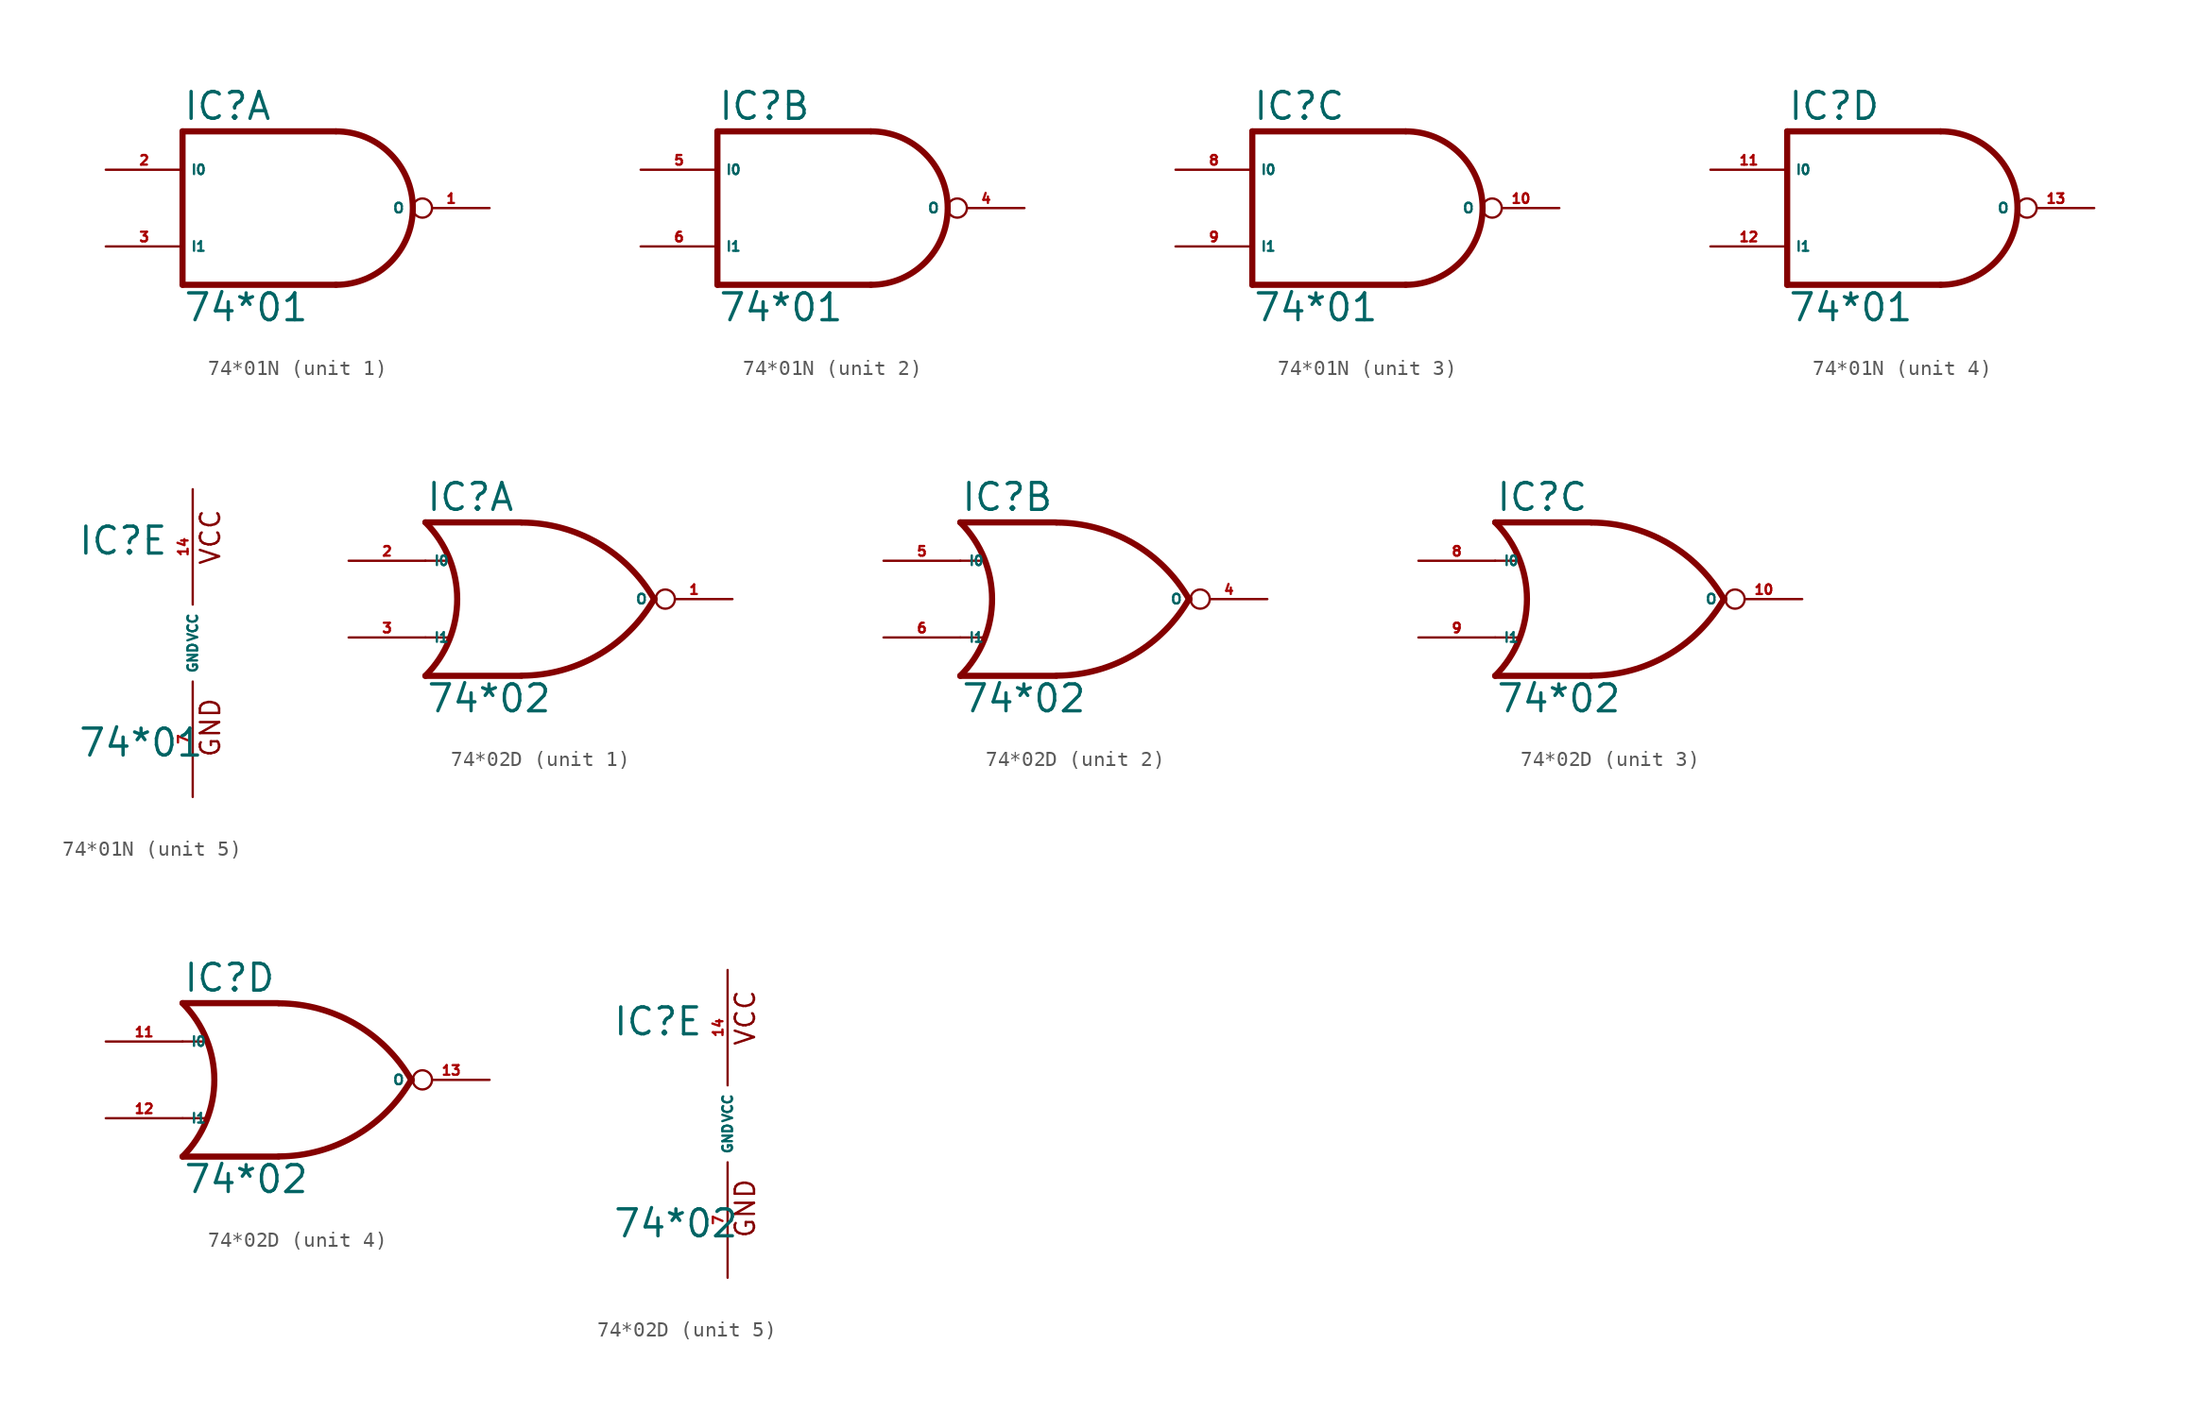
<source format=kicad_sym>
(kicad_symbol_lib
  (version 20220914)
  (generator Eagle2Kicad)
  (symbol "74*01N"
    (property "Reference" "IC"
      (at -7.62 5.715 0)
      (effects (font (size 1.778 1.778) (thickness 0.22)) (justify left bottom)))
    (property "Value" "74*01"
      (at -7.62 -7.62 0)
      (effects (font (size 1.778 1.778) (thickness 0.22)) (justify left bottom)))
    (symbol "74*01N_1_0"
      (polyline (pts (xy -7.62 5.08) (xy -7.62 -5.08)) (stroke (width 0.406) (type default)) (fill (type none)))
      (polyline (pts (xy -7.62 -5.08) (xy 2.54 -5.08)) (stroke (width 0.406) (type default)) (fill (type none)))
      (arc (start 2.54 -5.08) (mid 7.620 0.000) (end 2.54 5.08) (stroke (width 0.4064) (type default)) (fill (type none)))
      (polyline (pts (xy 2.54 5.08) (xy -7.62 5.08)) (stroke (width 0.406) (type default)) (fill (type none)))
      (pin open_collector inverted (at 12.7 0 180) (length 5.08) (name "O" (effects (font (size 0.635 0.635) (thickness 0.08)) (justify left bottom))) (number "1" (effects (font (size 0.635 0.635) (thickness 0.08)) (justify left bottom))))
      (pin input line (at -12.7 2.54 0) (length 5.08) (name "I0" (effects (font (size 0.635 0.635) (thickness 0.08)) (justify left bottom))) (number "2" (effects (font (size 0.635 0.635) (thickness 0.08)) (justify left bottom))))
      (pin input line (at -12.7 -2.54 0) (length 5.08) (name "I1" (effects (font (size 0.635 0.635) (thickness 0.08)) (justify left bottom))) (number "3" (effects (font (size 0.635 0.635) (thickness 0.08)) (justify left bottom)))))
    (symbol "74*01N_2_0"
      (polyline (pts (xy -7.62 5.08) (xy -7.62 -5.08)) (stroke (width 0.406) (type default)) (fill (type none)))
      (polyline (pts (xy -7.62 -5.08) (xy 2.54 -5.08)) (stroke (width 0.406) (type default)) (fill (type none)))
      (arc (start 2.54 -5.08) (mid 7.620 0.000) (end 2.54 5.08) (stroke (width 0.4064) (type default)) (fill (type none)))
      (polyline (pts (xy 2.54 5.08) (xy -7.62 5.08)) (stroke (width 0.406) (type default)) (fill (type none)))
      (pin open_collector inverted (at 12.7 0 180) (length 5.08) (name "O" (effects (font (size 0.635 0.635) (thickness 0.08)) (justify left bottom))) (number "4" (effects (font (size 0.635 0.635) (thickness 0.08)) (justify left bottom))))
      (pin input line (at -12.7 2.54 0) (length 5.08) (name "I0" (effects (font (size 0.635 0.635) (thickness 0.08)) (justify left bottom))) (number "5" (effects (font (size 0.635 0.635) (thickness 0.08)) (justify left bottom))))
      (pin input line (at -12.7 -2.54 0) (length 5.08) (name "I1" (effects (font (size 0.635 0.635) (thickness 0.08)) (justify left bottom))) (number "6" (effects (font (size 0.635 0.635) (thickness 0.08)) (justify left bottom)))))
    (symbol "74*01N_3_0"
      (polyline (pts (xy -7.62 5.08) (xy -7.62 -5.08)) (stroke (width 0.406) (type default)) (fill (type none)))
      (polyline (pts (xy -7.62 -5.08) (xy 2.54 -5.08)) (stroke (width 0.406) (type default)) (fill (type none)))
      (arc (start 2.54 -5.08) (mid 7.620 0.000) (end 2.54 5.08) (stroke (width 0.4064) (type default)) (fill (type none)))
      (polyline (pts (xy 2.54 5.08) (xy -7.62 5.08)) (stroke (width 0.406) (type default)) (fill (type none)))
      (pin open_collector inverted (at 12.7 0 180) (length 5.08) (name "O" (effects (font (size 0.635 0.635) (thickness 0.08)) (justify left bottom))) (number "10" (effects (font (size 0.635 0.635) (thickness 0.08)) (justify left bottom))))
      (pin input line (at -12.7 2.54 0) (length 5.08) (name "I0" (effects (font (size 0.635 0.635) (thickness 0.08)) (justify left bottom))) (number "8" (effects (font (size 0.635 0.635) (thickness 0.08)) (justify left bottom))))
      (pin input line (at -12.7 -2.54 0) (length 5.08) (name "I1" (effects (font (size 0.635 0.635) (thickness 0.08)) (justify left bottom))) (number "9" (effects (font (size 0.635 0.635) (thickness 0.08)) (justify left bottom)))))
    (symbol "74*01N_4_0"
      (polyline (pts (xy -7.62 5.08) (xy -7.62 -5.08)) (stroke (width 0.406) (type default)) (fill (type none)))
      (polyline (pts (xy -7.62 -5.08) (xy 2.54 -5.08)) (stroke (width 0.406) (type default)) (fill (type none)))
      (arc (start 2.54 -5.08) (mid 7.620 0.000) (end 2.54 5.08) (stroke (width 0.4064) (type default)) (fill (type none)))
      (polyline (pts (xy 2.54 5.08) (xy -7.62 5.08)) (stroke (width 0.406) (type default)) (fill (type none)))
      (pin open_collector inverted (at 12.7 0 180) (length 5.08) (name "O" (effects (font (size 0.635 0.635) (thickness 0.08)) (justify left bottom))) (number "13" (effects (font (size 0.635 0.635) (thickness 0.08)) (justify left bottom))))
      (pin input line (at -12.7 2.54 0) (length 5.08) (name "I0" (effects (font (size 0.635 0.635) (thickness 0.08)) (justify left bottom))) (number "11" (effects (font (size 0.635 0.635) (thickness 0.08)) (justify left bottom))))
      (pin input line (at -12.7 -2.54 0) (length 5.08) (name "I1" (effects (font (size 0.635 0.635) (thickness 0.08)) (justify left bottom))) (number "12" (effects (font (size 0.635 0.635) (thickness 0.08)) (justify left bottom)))))
    (symbol "74*01N_5_0"
      (text "GND" (at 1.905 -7.62 900) (effects (font (size 1.27 1.27) (thickness 0.16)) (justify left bottom)))
      (text "VCC" (at 1.905 5.08 900) (effects (font (size 1.27 1.27) (thickness 0.16)) (justify left bottom)))
      (pin unspecified line (at 0 -10.16 90) (length 7.62) (name "GND" (effects (font (size 0.635 0.635) (thickness 0.08)) (justify left bottom))) (number "7" (effects (font (size 0.635 0.635) (thickness 0.08)) (justify left bottom))))
      (pin unspecified line (at 0 10.16 270) (length 7.62) (name "VCC" (effects (font (size 0.635 0.635) (thickness 0.08)) (justify left bottom))) (number "14" (effects (font (size 0.635 0.635) (thickness 0.08)) (justify left bottom))))))
  (symbol "74*02D"
    (property "Reference" "IC"
      (at -7.62 5.715 0)
      (effects (font (size 1.778 1.778) (thickness 0.22)) (justify left bottom)))
    (property "Value" "74*02"
      (at -7.62 -7.62 0)
      (effects (font (size 1.778 1.778) (thickness 0.22)) (justify left bottom)))
    (symbol "74*02D_1_0"
      (polyline (pts (xy -1.27 5.08) (xy -7.62 5.08)) (stroke (width 0.406) (type default)) (fill (type none)))
      (polyline (pts (xy -1.27 -5.08) (xy -7.62 -5.08)) (stroke (width 0.406) (type default)) (fill (type none)))
      (polyline (pts (xy -7.62 2.54) (xy -6.096 2.54)) (stroke (width 0.152) (type default)) (fill (type none)))
      (polyline (pts (xy -7.62 -2.54) (xy -6.096 -2.54)) (stroke (width 0.152) (type default)) (fill (type none)))
      (arc (start -1.2446 -5.0678) (mid 3.837 -3.689) (end 7.5439 0.0507) (stroke (width 0.4064) (type default)) (fill (type none)))
      (arc (start 7.5442 -0.0505) (mid 3.837 3.689) (end -1.2446 5.0678) (stroke (width 0.4064) (type default)) (fill (type none)))
      (arc (start -7.62 -5.08) (mid -5.516 0.000) (end -7.62 5.08) (stroke (width 0.4064) (type default)) (fill (type none)))
      (pin output inverted (at 12.7 0 180) (length 5.08) (name "O" (effects (font (size 0.635 0.635) (thickness 0.08)) (justify left bottom))) (number "1" (effects (font (size 0.635 0.635) (thickness 0.08)) (justify left bottom))))
      (pin input line (at -12.7 2.54 0) (length 5.08) (name "I0" (effects (font (size 0.635 0.635) (thickness 0.08)) (justify left bottom))) (number "2" (effects (font (size 0.635 0.635) (thickness 0.08)) (justify left bottom))))
      (pin input line (at -12.7 -2.54 0) (length 5.08) (name "I1" (effects (font (size 0.635 0.635) (thickness 0.08)) (justify left bottom))) (number "3" (effects (font (size 0.635 0.635) (thickness 0.08)) (justify left bottom)))))
    (symbol "74*02D_2_0"
      (polyline (pts (xy -1.27 5.08) (xy -7.62 5.08)) (stroke (width 0.406) (type default)) (fill (type none)))
      (polyline (pts (xy -1.27 -5.08) (xy -7.62 -5.08)) (stroke (width 0.406) (type default)) (fill (type none)))
      (polyline (pts (xy -7.62 2.54) (xy -6.096 2.54)) (stroke (width 0.152) (type default)) (fill (type none)))
      (polyline (pts (xy -7.62 -2.54) (xy -6.096 -2.54)) (stroke (width 0.152) (type default)) (fill (type none)))
      (arc (start -1.2446 -5.0678) (mid 3.837 -3.689) (end 7.5439 0.0507) (stroke (width 0.4064) (type default)) (fill (type none)))
      (arc (start 7.5442 -0.0505) (mid 3.837 3.689) (end -1.2446 5.0678) (stroke (width 0.4064) (type default)) (fill (type none)))
      (arc (start -7.62 -5.08) (mid -5.516 0.000) (end -7.62 5.08) (stroke (width 0.4064) (type default)) (fill (type none)))
      (pin output inverted (at 12.7 0 180) (length 5.08) (name "O" (effects (font (size 0.635 0.635) (thickness 0.08)) (justify left bottom))) (number "4" (effects (font (size 0.635 0.635) (thickness 0.08)) (justify left bottom))))
      (pin input line (at -12.7 2.54 0) (length 5.08) (name "I0" (effects (font (size 0.635 0.635) (thickness 0.08)) (justify left bottom))) (number "5" (effects (font (size 0.635 0.635) (thickness 0.08)) (justify left bottom))))
      (pin input line (at -12.7 -2.54 0) (length 5.08) (name "I1" (effects (font (size 0.635 0.635) (thickness 0.08)) (justify left bottom))) (number "6" (effects (font (size 0.635 0.635) (thickness 0.08)) (justify left bottom)))))
    (symbol "74*02D_3_0"
      (polyline (pts (xy -1.27 5.08) (xy -7.62 5.08)) (stroke (width 0.406) (type default)) (fill (type none)))
      (polyline (pts (xy -1.27 -5.08) (xy -7.62 -5.08)) (stroke (width 0.406) (type default)) (fill (type none)))
      (polyline (pts (xy -7.62 2.54) (xy -6.096 2.54)) (stroke (width 0.152) (type default)) (fill (type none)))
      (polyline (pts (xy -7.62 -2.54) (xy -6.096 -2.54)) (stroke (width 0.152) (type default)) (fill (type none)))
      (arc (start -1.2446 -5.0678) (mid 3.837 -3.689) (end 7.5439 0.0507) (stroke (width 0.4064) (type default)) (fill (type none)))
      (arc (start 7.5442 -0.0505) (mid 3.837 3.689) (end -1.2446 5.0678) (stroke (width 0.4064) (type default)) (fill (type none)))
      (arc (start -7.62 -5.08) (mid -5.516 0.000) (end -7.62 5.08) (stroke (width 0.4064) (type default)) (fill (type none)))
      (pin output inverted (at 12.7 0 180) (length 5.08) (name "O" (effects (font (size 0.635 0.635) (thickness 0.08)) (justify left bottom))) (number "10" (effects (font (size 0.635 0.635) (thickness 0.08)) (justify left bottom))))
      (pin input line (at -12.7 2.54 0) (length 5.08) (name "I0" (effects (font (size 0.635 0.635) (thickness 0.08)) (justify left bottom))) (number "8" (effects (font (size 0.635 0.635) (thickness 0.08)) (justify left bottom))))
      (pin input line (at -12.7 -2.54 0) (length 5.08) (name "I1" (effects (font (size 0.635 0.635) (thickness 0.08)) (justify left bottom))) (number "9" (effects (font (size 0.635 0.635) (thickness 0.08)) (justify left bottom)))))
    (symbol "74*02D_4_0"
      (polyline (pts (xy -1.27 5.08) (xy -7.62 5.08)) (stroke (width 0.406) (type default)) (fill (type none)))
      (polyline (pts (xy -1.27 -5.08) (xy -7.62 -5.08)) (stroke (width 0.406) (type default)) (fill (type none)))
      (polyline (pts (xy -7.62 2.54) (xy -6.096 2.54)) (stroke (width 0.152) (type default)) (fill (type none)))
      (polyline (pts (xy -7.62 -2.54) (xy -6.096 -2.54)) (stroke (width 0.152) (type default)) (fill (type none)))
      (arc (start -1.2446 -5.0678) (mid 3.837 -3.689) (end 7.5439 0.0507) (stroke (width 0.4064) (type default)) (fill (type none)))
      (arc (start 7.5442 -0.0505) (mid 3.837 3.689) (end -1.2446 5.0678) (stroke (width 0.4064) (type default)) (fill (type none)))
      (arc (start -7.62 -5.08) (mid -5.516 0.000) (end -7.62 5.08) (stroke (width 0.4064) (type default)) (fill (type none)))
      (pin output inverted (at 12.7 0 180) (length 5.08) (name "O" (effects (font (size 0.635 0.635) (thickness 0.08)) (justify left bottom))) (number "13" (effects (font (size 0.635 0.635) (thickness 0.08)) (justify left bottom))))
      (pin input line (at -12.7 2.54 0) (length 5.08) (name "I0" (effects (font (size 0.635 0.635) (thickness 0.08)) (justify left bottom))) (number "11" (effects (font (size 0.635 0.635) (thickness 0.08)) (justify left bottom))))
      (pin input line (at -12.7 -2.54 0) (length 5.08) (name "I1" (effects (font (size 0.635 0.635) (thickness 0.08)) (justify left bottom))) (number "12" (effects (font (size 0.635 0.635) (thickness 0.08)) (justify left bottom)))))
    (symbol "74*02D_5_0"
      (text "GND" (at 1.905 -7.62 900) (effects (font (size 1.27 1.27) (thickness 0.16)) (justify left bottom)))
      (text "VCC" (at 1.905 5.08 900) (effects (font (size 1.27 1.27) (thickness 0.16)) (justify left bottom)))
      (pin unspecified line (at 0 -10.16 90) (length 7.62) (name "GND" (effects (font (size 0.635 0.635) (thickness 0.08)) (justify left bottom))) (number "7" (effects (font (size 0.635 0.635) (thickness 0.08)) (justify left bottom))))
      (pin unspecified line (at 0 10.16 270) (length 7.62) (name "VCC" (effects (font (size 0.635 0.635) (thickness 0.08)) (justify left bottom))) (number "14" (effects (font (size 0.635 0.635) (thickness 0.08)) (justify left bottom)))))))
</source>
